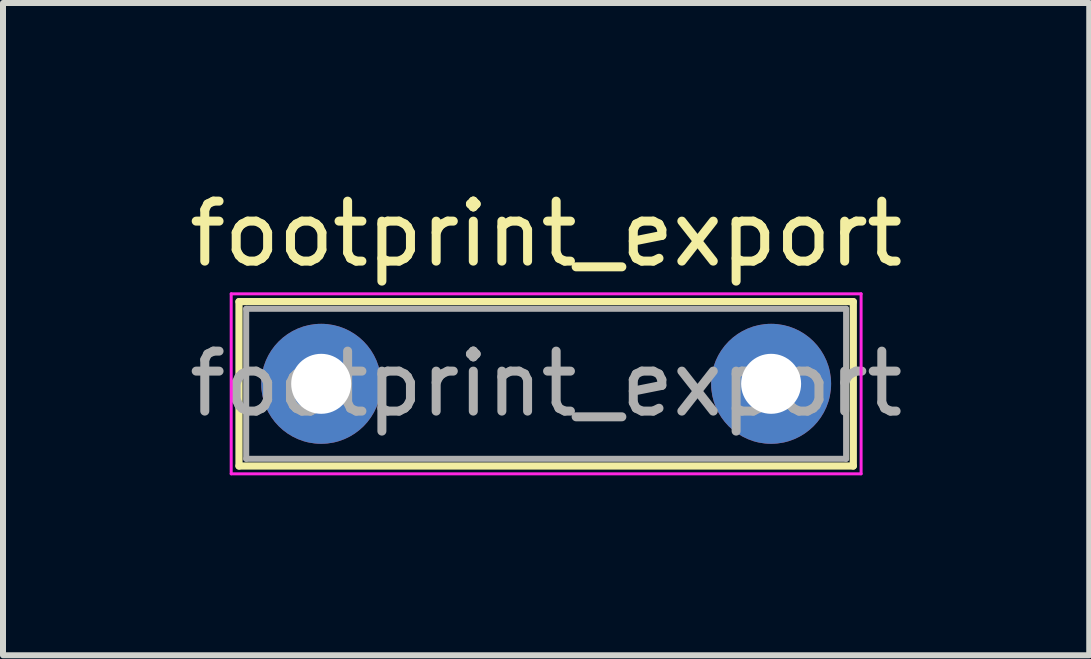
<source format=kicad_pcb>
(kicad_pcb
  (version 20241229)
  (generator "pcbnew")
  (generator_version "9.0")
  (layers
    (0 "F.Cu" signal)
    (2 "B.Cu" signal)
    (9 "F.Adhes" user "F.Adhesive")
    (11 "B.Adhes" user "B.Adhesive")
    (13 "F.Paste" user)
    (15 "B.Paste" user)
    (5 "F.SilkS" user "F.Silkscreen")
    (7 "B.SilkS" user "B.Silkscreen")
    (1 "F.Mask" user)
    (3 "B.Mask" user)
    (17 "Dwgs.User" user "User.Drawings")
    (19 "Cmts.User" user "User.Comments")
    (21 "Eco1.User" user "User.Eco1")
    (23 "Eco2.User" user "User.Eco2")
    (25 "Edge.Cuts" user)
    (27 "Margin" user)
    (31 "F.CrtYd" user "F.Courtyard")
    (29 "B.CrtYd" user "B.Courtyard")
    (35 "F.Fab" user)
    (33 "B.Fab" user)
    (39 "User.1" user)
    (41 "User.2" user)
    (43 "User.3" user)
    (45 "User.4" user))
  (footprint "footprint_export"
    (layer "F.Cu")
    (at 2.304 3.348)
    (property "Reference" "footprint_export" (at 3.75 -2.5 0) (layer "F.SilkS") (effects (font (size 1 1) (thickness 0.15))))
    (attr through_hole)
    (fp_line (start -1.37 -1.37) (end -1.37 1.37) (stroke (width 0.12) (type solid)) (layer "F.SilkS"))
    (fp_line (start -1.37 -1.37) (end 8.87 -1.37) (stroke (width 0.12) (type solid)) (layer "F.SilkS"))
    (fp_line (start -1.37 1.37) (end 8.87 1.37) (stroke (width 0.12) (type solid)) (layer "F.SilkS"))
    (fp_line (start 8.87 -1.37) (end 8.87 1.37) (stroke (width 0.12) (type solid)) (layer "F.SilkS"))
    (fp_line (start -1.5 -1.5) (end -1.5 1.5) (stroke (width 0.05) (type solid)) (layer "F.CrtYd"))
    (fp_line (start -1.5 1.5) (end 9 1.5) (stroke (width 0.05) (type solid)) (layer "F.CrtYd"))
    (fp_line (start 9 -1.5) (end -1.5 -1.5) (stroke (width 0.05) (type solid)) (layer "F.CrtYd"))
    (fp_line (start 9 1.5) (end 9 -1.5) (stroke (width 0.05) (type solid)) (layer "F.CrtYd"))
    (fp_line (start -1.25 -1.25) (end -1.25 1.25) (stroke (width 0.1) (type solid)) (layer "F.Fab"))
    (fp_line (start -1.25 1.25) (end 8.75 1.25) (stroke (width 0.1) (type solid)) (layer "F.Fab"))
    (fp_line (start 8.75 -1.25) (end -1.25 -1.25) (stroke (width 0.1) (type solid)) (layer "F.Fab"))
    (fp_line (start 8.75 1.25) (end 8.75 -1.25) (stroke (width 0.1) (type solid)) (layer "F.Fab"))
    (fp_text user "${REFERENCE}" (at 3.75 0 0) (layer "F.Fab") (effects (font (size 1 1) (thickness 0.15))))
    (pad "1" thru_hole circle (at 0 0) (size 2 2) (drill 1) (layers "*.Cu" "*.Mask"))
    (pad "2" thru_hole circle (at 7.5 0) (size 2 2) (drill 1) (layers "*.Cu" "*.Mask")))
  (gr_rect
    (start -3 -3)
    (end 15.107 7.873)
    (stroke (width 0.1) (type default))
    (fill no)
    (layer "Edge.Cuts")))
</source>
